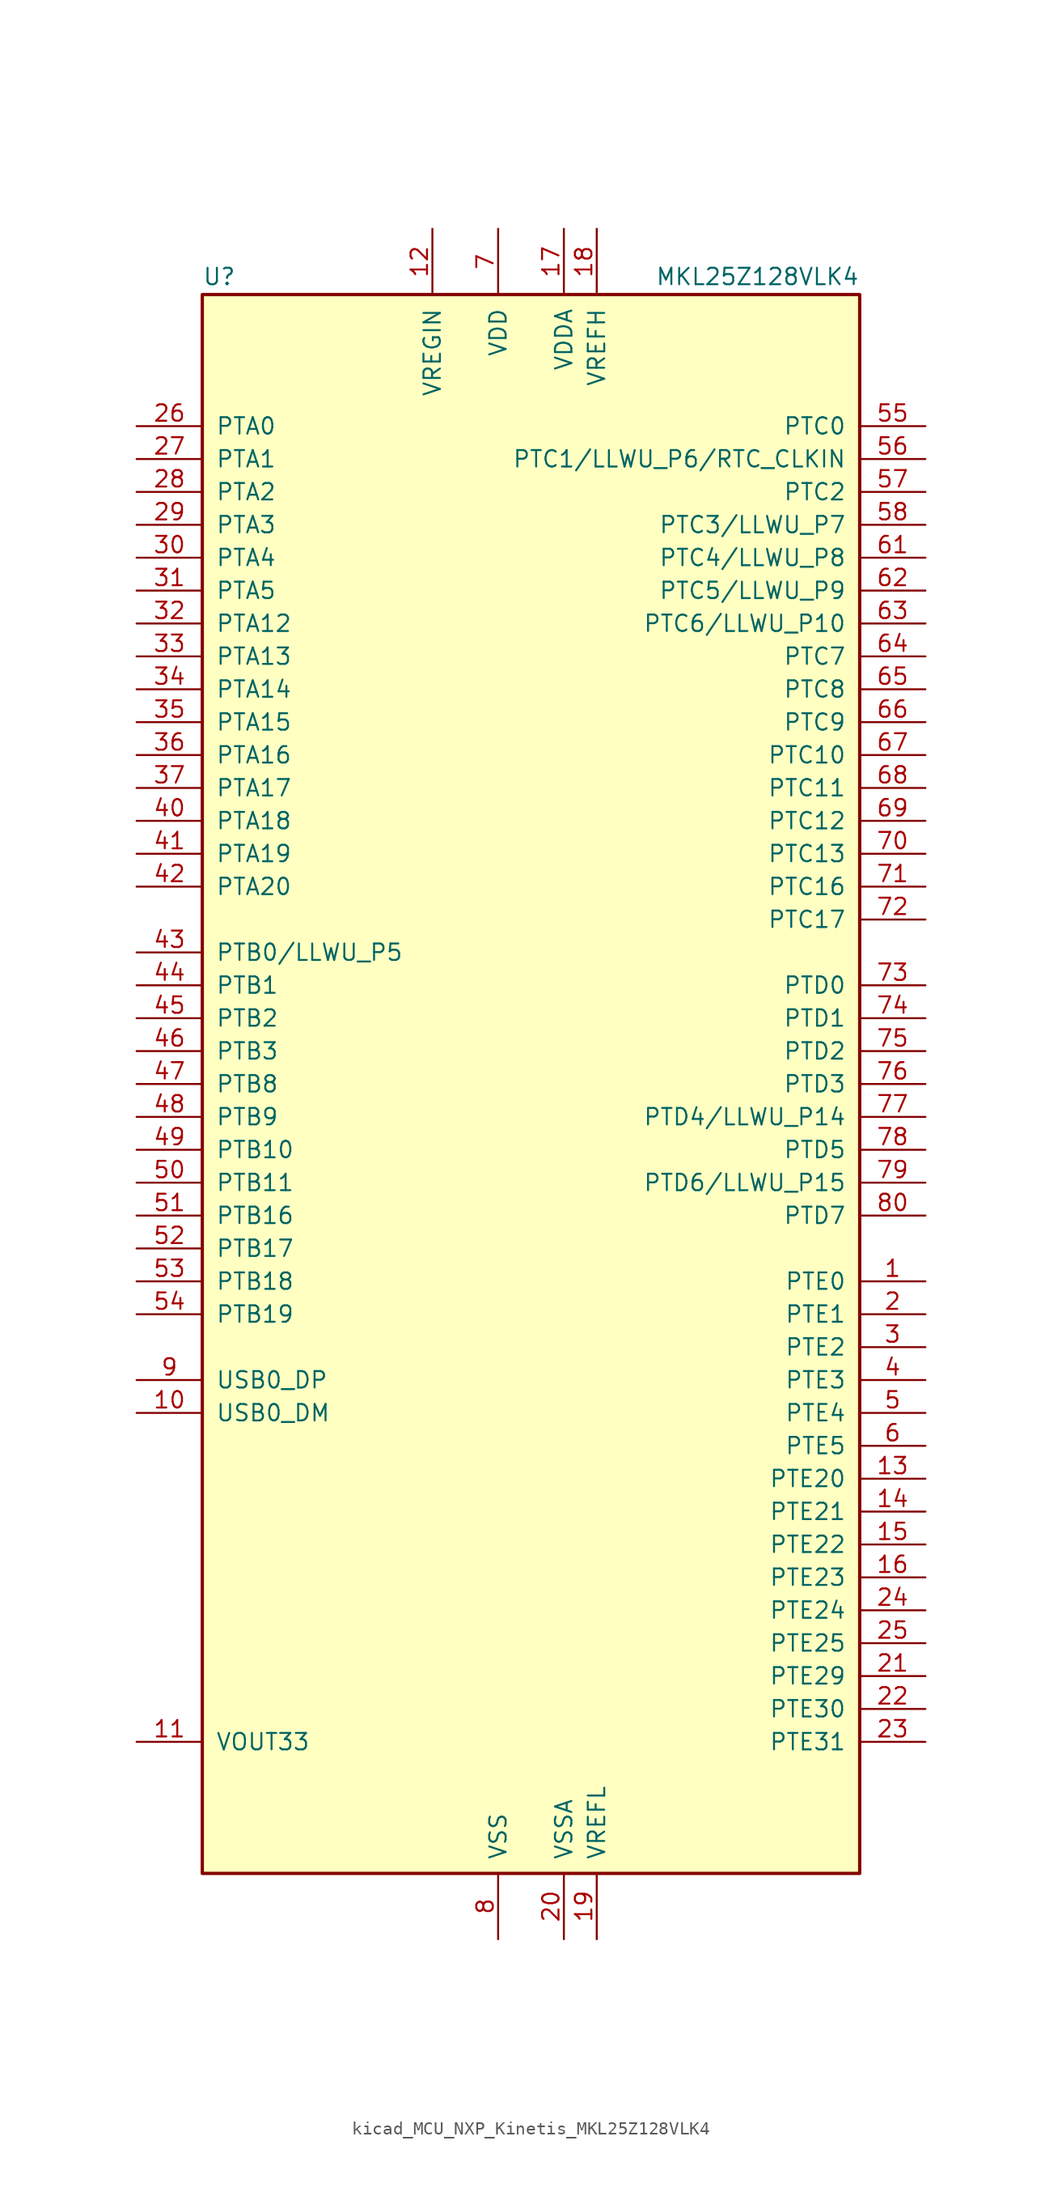
<source format=kicad_sym>
(kicad_symbol_lib
  (version 20220914)
  (generator kicad_symbol_editor)
  (symbol "kicad_MCU_NXP_Kinetis_MKL25Z128VLK4"
    (pin_names
      (offset 1.016))
    (property "Reference" "U"
      (at -25.4 61.595 0)
      (effects (font (size 1.27 1.27)) (justify left bottom)))
    (property "Value" "MKL25Z128VLK4"
      (at 25.4 61.595 0)
      (effects (font (size 1.27 1.27)) (justify right bottom)))
    (symbol "kicad_MCU_NXP_Kinetis_MKL25Z128VLK4_0_1"
      (rectangle (start -25.4 60.96) (end 25.4 -60.96) (stroke (width 0.254) (type default)) (fill (type background))))
    (symbol "kicad_MCU_NXP_Kinetis_MKL25Z128VLK4_1_1"
      (pin bidirectional line (at 30.48 -15.24 180) (length 5.08) (name "PTE0" (effects (font (size 1.27 1.27)))) (number "1" (effects (font (size 1.27 1.27)))))
      (pin bidirectional line (at -30.48 -25.4 0) (length 5.08) (name "USB0_DM" (effects (font (size 1.27 1.27)))) (number "10" (effects (font (size 1.27 1.27)))))
      (pin power_out line (at -30.48 -50.8 0) (length 5.08) (name "VOUT33" (effects (font (size 1.27 1.27)))) (number "11" (effects (font (size 1.27 1.27)))))
      (pin power_in line (at -7.62 66.04 270) (length 5.08) (name "VREGIN" (effects (font (size 1.27 1.27)))) (number "12" (effects (font (size 1.27 1.27)))))
      (pin bidirectional line (at 30.48 -30.48 180) (length 5.08) (name "PTE20" (effects (font (size 1.27 1.27)))) (number "13" (effects (font (size 1.27 1.27)))))
      (pin bidirectional line (at 30.48 -33.02 180) (length 5.08) (name "PTE21" (effects (font (size 1.27 1.27)))) (number "14" (effects (font (size 1.27 1.27)))))
      (pin bidirectional line (at 30.48 -35.56 180) (length 5.08) (name "PTE22" (effects (font (size 1.27 1.27)))) (number "15" (effects (font (size 1.27 1.27)))))
      (pin bidirectional line (at 30.48 -38.1 180) (length 5.08) (name "PTE23" (effects (font (size 1.27 1.27)))) (number "16" (effects (font (size 1.27 1.27)))))
      (pin power_in line (at 2.54 66.04 270) (length 5.08) (name "VDDA" (effects (font (size 1.27 1.27)))) (number "17" (effects (font (size 1.27 1.27)))))
      (pin power_in line (at 5.08 66.04 270) (length 5.08) (name "VREFH" (effects (font (size 1.27 1.27)))) (number "18" (effects (font (size 1.27 1.27)))))
      (pin power_in line (at 5.08 -66.04 90) (length 5.08) (name "VREFL" (effects (font (size 1.27 1.27)))) (number "19" (effects (font (size 1.27 1.27)))))
      (pin bidirectional line (at 30.48 -17.78 180) (length 5.08) (name "PTE1" (effects (font (size 1.27 1.27)))) (number "2" (effects (font (size 1.27 1.27)))))
      (pin power_in line (at 2.54 -66.04 90) (length 5.08) (name "VSSA" (effects (font (size 1.27 1.27)))) (number "20" (effects (font (size 1.27 1.27)))))
      (pin bidirectional line (at 30.48 -45.72 180) (length 5.08) (name "PTE29" (effects (font (size 1.27 1.27)))) (number "21" (effects (font (size 1.27 1.27)))))
      (pin bidirectional line (at 30.48 -48.26 180) (length 5.08) (name "PTE30" (effects (font (size 1.27 1.27)))) (number "22" (effects (font (size 1.27 1.27)))))
      (pin bidirectional line (at 30.48 -50.8 180) (length 5.08) (name "PTE31" (effects (font (size 1.27 1.27)))) (number "23" (effects (font (size 1.27 1.27)))))
      (pin bidirectional line (at 30.48 -40.64 180) (length 5.08) (name "PTE24" (effects (font (size 1.27 1.27)))) (number "24" (effects (font (size 1.27 1.27)))))
      (pin bidirectional line (at 30.48 -43.18 180) (length 5.08) (name "PTE25" (effects (font (size 1.27 1.27)))) (number "25" (effects (font (size 1.27 1.27)))))
      (pin bidirectional line (at -30.48 50.8 0) (length 5.08) (name "PTA0" (effects (font (size 1.27 1.27)))) (number "26" (effects (font (size 1.27 1.27)))))
      (pin bidirectional line (at -30.48 48.26 0) (length 5.08) (name "PTA1" (effects (font (size 1.27 1.27)))) (number "27" (effects (font (size 1.27 1.27)))))
      (pin bidirectional line (at -30.48 45.72 0) (length 5.08) (name "PTA2" (effects (font (size 1.27 1.27)))) (number "28" (effects (font (size 1.27 1.27)))))
      (pin bidirectional line (at -30.48 43.18 0) (length 5.08) (name "PTA3" (effects (font (size 1.27 1.27)))) (number "29" (effects (font (size 1.27 1.27)))))
      (pin bidirectional line (at 30.48 -20.32 180) (length 5.08) (name "PTE2" (effects (font (size 1.27 1.27)))) (number "3" (effects (font (size 1.27 1.27)))))
      (pin bidirectional line (at -30.48 40.64 0) (length 5.08) (name "PTA4" (effects (font (size 1.27 1.27)))) (number "30" (effects (font (size 1.27 1.27)))))
      (pin bidirectional line (at -30.48 38.1 0) (length 5.08) (name "PTA5" (effects (font (size 1.27 1.27)))) (number "31" (effects (font (size 1.27 1.27)))))
      (pin bidirectional line (at -30.48 35.56 0) (length 5.08) (name "PTA12" (effects (font (size 1.27 1.27)))) (number "32" (effects (font (size 1.27 1.27)))))
      (pin bidirectional line (at -30.48 33.02 0) (length 5.08) (name "PTA13" (effects (font (size 1.27 1.27)))) (number "33" (effects (font (size 1.27 1.27)))))
      (pin bidirectional line (at -30.48 30.48 0) (length 5.08) (name "PTA14" (effects (font (size 1.27 1.27)))) (number "34" (effects (font (size 1.27 1.27)))))
      (pin bidirectional line (at -30.48 27.94 0) (length 5.08) (name "PTA15" (effects (font (size 1.27 1.27)))) (number "35" (effects (font (size 1.27 1.27)))))
      (pin bidirectional line (at -30.48 25.4 0) (length 5.08) (name "PTA16" (effects (font (size 1.27 1.27)))) (number "36" (effects (font (size 1.27 1.27)))))
      (pin bidirectional line (at -30.48 22.86 0) (length 5.08) (name "PTA17" (effects (font (size 1.27 1.27)))) (number "37" (effects (font (size 1.27 1.27)))))
      (pin passive line (at -2.54 66.04 270) (length 5.08) hide (name "VDD" (effects (font (size 1.27 1.27)))) (number "38" (effects (font (size 1.27 1.27)))))
      (pin passive line (at -2.54 -66.04 90) (length 5.08) hide (name "VSS" (effects (font (size 1.27 1.27)))) (number "39" (effects (font (size 1.27 1.27)))))
      (pin bidirectional line (at 30.48 -22.86 180) (length 5.08) (name "PTE3" (effects (font (size 1.27 1.27)))) (number "4" (effects (font (size 1.27 1.27)))))
      (pin bidirectional line (at -30.48 20.32 0) (length 5.08) (name "PTA18" (effects (font (size 1.27 1.27)))) (number "40" (effects (font (size 1.27 1.27)))))
      (pin bidirectional line (at -30.48 17.78 0) (length 5.08) (name "PTA19" (effects (font (size 1.27 1.27)))) (number "41" (effects (font (size 1.27 1.27)))))
      (pin bidirectional line (at -30.48 15.24 0) (length 5.08) (name "PTA20" (effects (font (size 1.27 1.27)))) (number "42" (effects (font (size 1.27 1.27)))))
      (pin bidirectional line (at -30.48 10.16 0) (length 5.08) (name "PTB0/LLWU_P5" (effects (font (size 1.27 1.27)))) (number "43" (effects (font (size 1.27 1.27)))))
      (pin bidirectional line (at -30.48 7.62 0) (length 5.08) (name "PTB1" (effects (font (size 1.27 1.27)))) (number "44" (effects (font (size 1.27 1.27)))))
      (pin bidirectional line (at -30.48 5.08 0) (length 5.08) (name "PTB2" (effects (font (size 1.27 1.27)))) (number "45" (effects (font (size 1.27 1.27)))))
      (pin bidirectional line (at -30.48 2.54 0) (length 5.08) (name "PTB3" (effects (font (size 1.27 1.27)))) (number "46" (effects (font (size 1.27 1.27)))))
      (pin bidirectional line (at -30.48 0 0) (length 5.08) (name "PTB8" (effects (font (size 1.27 1.27)))) (number "47" (effects (font (size 1.27 1.27)))))
      (pin bidirectional line (at -30.48 -2.54 0) (length 5.08) (name "PTB9" (effects (font (size 1.27 1.27)))) (number "48" (effects (font (size 1.27 1.27)))))
      (pin bidirectional line (at -30.48 -5.08 0) (length 5.08) (name "PTB10" (effects (font (size 1.27 1.27)))) (number "49" (effects (font (size 1.27 1.27)))))
      (pin bidirectional line (at 30.48 -25.4 180) (length 5.08) (name "PTE4" (effects (font (size 1.27 1.27)))) (number "5" (effects (font (size 1.27 1.27)))))
      (pin bidirectional line (at -30.48 -7.62 0) (length 5.08) (name "PTB11" (effects (font (size 1.27 1.27)))) (number "50" (effects (font (size 1.27 1.27)))))
      (pin bidirectional line (at -30.48 -10.16 0) (length 5.08) (name "PTB16" (effects (font (size 1.27 1.27)))) (number "51" (effects (font (size 1.27 1.27)))))
      (pin bidirectional line (at -30.48 -12.7 0) (length 5.08) (name "PTB17" (effects (font (size 1.27 1.27)))) (number "52" (effects (font (size 1.27 1.27)))))
      (pin bidirectional line (at -30.48 -15.24 0) (length 5.08) (name "PTB18" (effects (font (size 1.27 1.27)))) (number "53" (effects (font (size 1.27 1.27)))))
      (pin bidirectional line (at -30.48 -17.78 0) (length 5.08) (name "PTB19" (effects (font (size 1.27 1.27)))) (number "54" (effects (font (size 1.27 1.27)))))
      (pin bidirectional line (at 30.48 50.8 180) (length 5.08) (name "PTC0" (effects (font (size 1.27 1.27)))) (number "55" (effects (font (size 1.27 1.27)))))
      (pin bidirectional line (at 30.48 48.26 180) (length 5.08) (name "PTC1/LLWU_P6/RTC_CLKIN" (effects (font (size 1.27 1.27)))) (number "56" (effects (font (size 1.27 1.27)))))
      (pin bidirectional line (at 30.48 45.72 180) (length 5.08) (name "PTC2" (effects (font (size 1.27 1.27)))) (number "57" (effects (font (size 1.27 1.27)))))
      (pin bidirectional line (at 30.48 43.18 180) (length 5.08) (name "PTC3/LLWU_P7" (effects (font (size 1.27 1.27)))) (number "58" (effects (font (size 1.27 1.27)))))
      (pin passive line (at -2.54 -66.04 90) (length 5.08) hide (name "VSS" (effects (font (size 1.27 1.27)))) (number "59" (effects (font (size 1.27 1.27)))))
      (pin bidirectional line (at 30.48 -27.94 180) (length 5.08) (name "PTE5" (effects (font (size 1.27 1.27)))) (number "6" (effects (font (size 1.27 1.27)))))
      (pin passive line (at -2.54 66.04 270) (length 5.08) hide (name "VDD" (effects (font (size 1.27 1.27)))) (number "60" (effects (font (size 1.27 1.27)))))
      (pin bidirectional line (at 30.48 40.64 180) (length 5.08) (name "PTC4/LLWU_P8" (effects (font (size 1.27 1.27)))) (number "61" (effects (font (size 1.27 1.27)))))
      (pin bidirectional line (at 30.48 38.1 180) (length 5.08) (name "PTC5/LLWU_P9" (effects (font (size 1.27 1.27)))) (number "62" (effects (font (size 1.27 1.27)))))
      (pin bidirectional line (at 30.48 35.56 180) (length 5.08) (name "PTC6/LLWU_P10" (effects (font (size 1.27 1.27)))) (number "63" (effects (font (size 1.27 1.27)))))
      (pin bidirectional line (at 30.48 33.02 180) (length 5.08) (name "PTC7" (effects (font (size 1.27 1.27)))) (number "64" (effects (font (size 1.27 1.27)))))
      (pin bidirectional line (at 30.48 30.48 180) (length 5.08) (name "PTC8" (effects (font (size 1.27 1.27)))) (number "65" (effects (font (size 1.27 1.27)))))
      (pin bidirectional line (at 30.48 27.94 180) (length 5.08) (name "PTC9" (effects (font (size 1.27 1.27)))) (number "66" (effects (font (size 1.27 1.27)))))
      (pin bidirectional line (at 30.48 25.4 180) (length 5.08) (name "PTC10" (effects (font (size 1.27 1.27)))) (number "67" (effects (font (size 1.27 1.27)))))
      (pin bidirectional line (at 30.48 22.86 180) (length 5.08) (name "PTC11" (effects (font (size 1.27 1.27)))) (number "68" (effects (font (size 1.27 1.27)))))
      (pin bidirectional line (at 30.48 20.32 180) (length 5.08) (name "PTC12" (effects (font (size 1.27 1.27)))) (number "69" (effects (font (size 1.27 1.27)))))
      (pin power_in line (at -2.54 66.04 270) (length 5.08) (name "VDD" (effects (font (size 1.27 1.27)))) (number "7" (effects (font (size 1.27 1.27)))))
      (pin bidirectional line (at 30.48 17.78 180) (length 5.08) (name "PTC13" (effects (font (size 1.27 1.27)))) (number "70" (effects (font (size 1.27 1.27)))))
      (pin bidirectional line (at 30.48 15.24 180) (length 5.08) (name "PTC16" (effects (font (size 1.27 1.27)))) (number "71" (effects (font (size 1.27 1.27)))))
      (pin bidirectional line (at 30.48 12.7 180) (length 5.08) (name "PTC17" (effects (font (size 1.27 1.27)))) (number "72" (effects (font (size 1.27 1.27)))))
      (pin bidirectional line (at 30.48 7.62 180) (length 5.08) (name "PTD0" (effects (font (size 1.27 1.27)))) (number "73" (effects (font (size 1.27 1.27)))))
      (pin bidirectional line (at 30.48 5.08 180) (length 5.08) (name "PTD1" (effects (font (size 1.27 1.27)))) (number "74" (effects (font (size 1.27 1.27)))))
      (pin bidirectional line (at 30.48 2.54 180) (length 5.08) (name "PTD2" (effects (font (size 1.27 1.27)))) (number "75" (effects (font (size 1.27 1.27)))))
      (pin bidirectional line (at 30.48 0 180) (length 5.08) (name "PTD3" (effects (font (size 1.27 1.27)))) (number "76" (effects (font (size 1.27 1.27)))))
      (pin bidirectional line (at 30.48 -2.54 180) (length 5.08) (name "PTD4/LLWU_P14" (effects (font (size 1.27 1.27)))) (number "77" (effects (font (size 1.27 1.27)))))
      (pin bidirectional line (at 30.48 -5.08 180) (length 5.08) (name "PTD5" (effects (font (size 1.27 1.27)))) (number "78" (effects (font (size 1.27 1.27)))))
      (pin bidirectional line (at 30.48 -7.62 180) (length 5.08) (name "PTD6/LLWU_P15" (effects (font (size 1.27 1.27)))) (number "79" (effects (font (size 1.27 1.27)))))
      (pin power_in line (at -2.54 -66.04 90) (length 5.08) (name "VSS" (effects (font (size 1.27 1.27)))) (number "8" (effects (font (size 1.27 1.27)))))
      (pin bidirectional line (at 30.48 -10.16 180) (length 5.08) (name "PTD7" (effects (font (size 1.27 1.27)))) (number "80" (effects (font (size 1.27 1.27)))))
      (pin bidirectional line (at -30.48 -22.86 0) (length 5.08) (name "USB0_DP" (effects (font (size 1.27 1.27)))) (number "9" (effects (font (size 1.27 1.27))))))))
</source>
